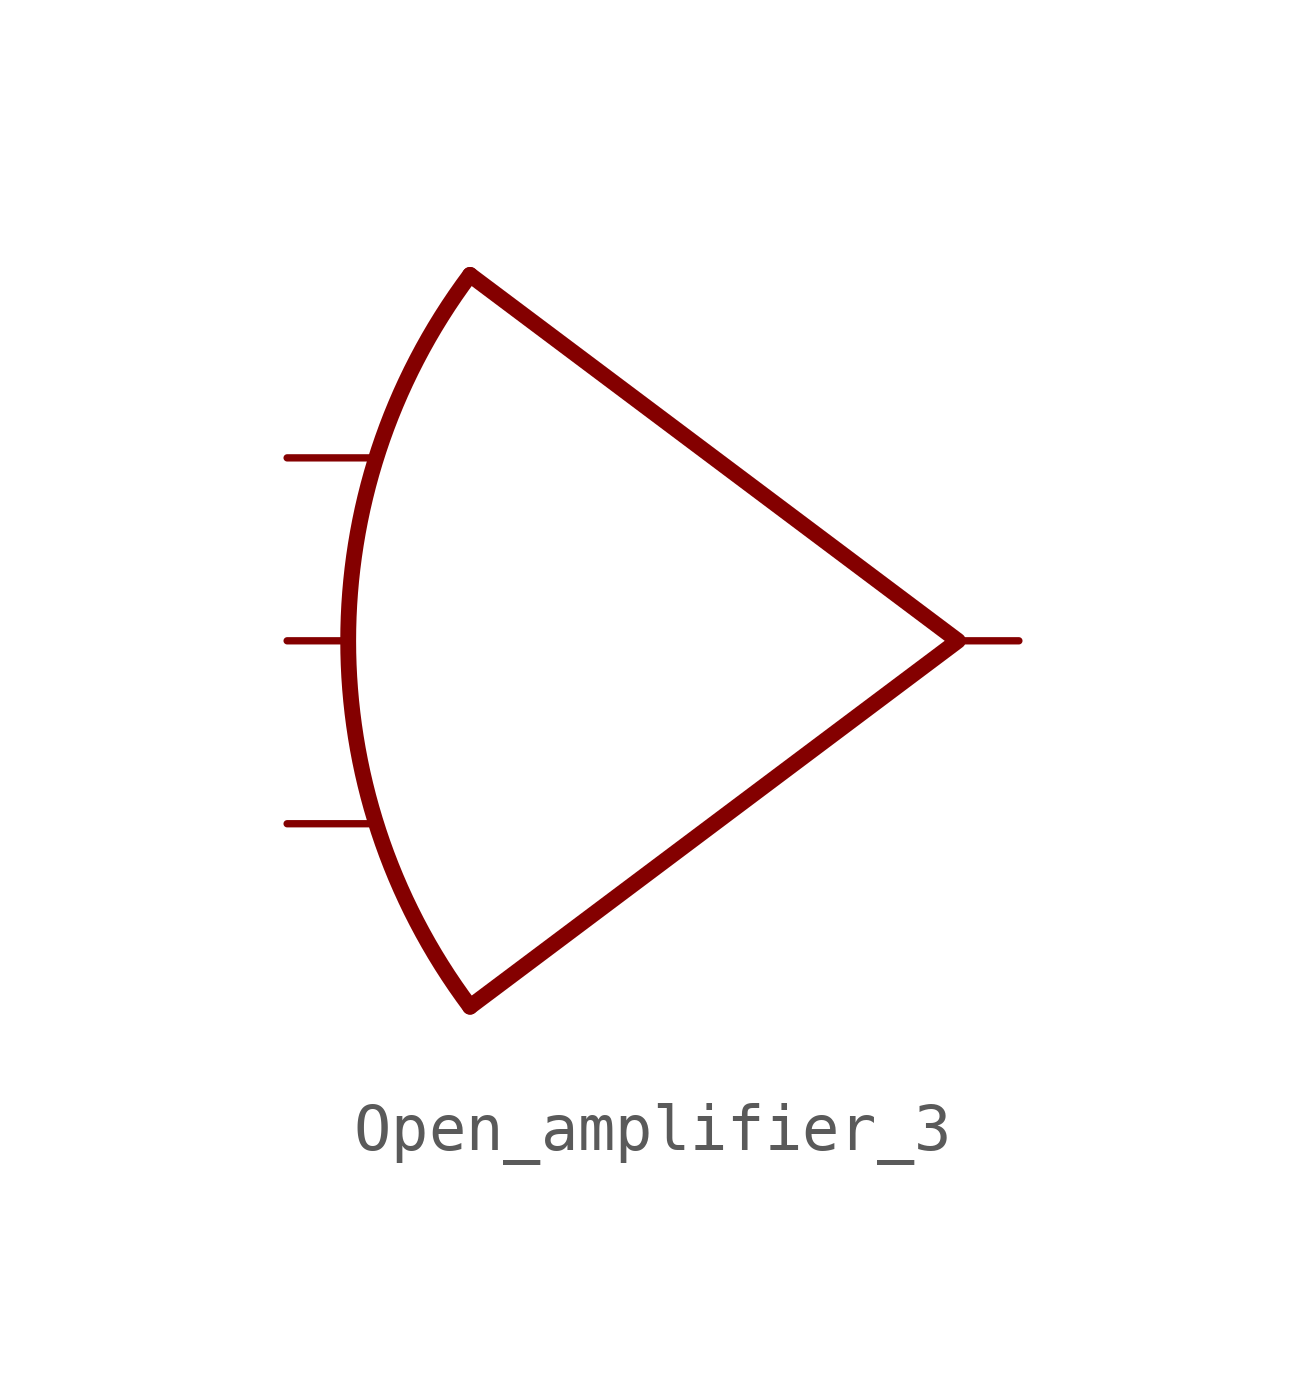
<source format=kicad_sym>
(kicad_symbol_lib
  (version 20211014)
  (generator kicad_symbol_editor)
  (symbol "Open_amplifier_3"
    (property "Reference" "U"
      (at 6.35 10.16 0)
      (effects (font (size 1.27 1.27)) hide))
    (symbol "Open_amplifier_3_0_1"
      (arc (start -5.08 7.62) (mid -7.6182 0) (end -5.08 -7.62) (stroke (width 0.33) (type default) (color 0 0 0 0)) (fill (type none)))
      (polyline (pts (xy -5.08 7.62) (xy 5.08 0) (xy -5.08 -7.62)) (stroke (width 0.33) (type default) (color 0 0 0 0)) (fill (type none))))
    (symbol "Open_amplifier_3_1_1"
      (pin input line (at -8.89 -3.81 0) (length 1.7) (name "" (effects (font (size 1.27 1.27)))) (number "" (effects (font (size 1.27 1.27)))))
      (pin input line (at -8.89 0 0) (length 1.27) (name "" (effects (font (size 1.27 1.27)))) (number "" (effects (font (size 1.27 1.27)))))
      (pin input line (at -8.89 3.81 0) (length 1.7) (name "" (effects (font (size 1.27 1.27)))) (number "" (effects (font (size 1.27 1.27)))))
      (pin output line (at 6.35 0 180) (length 1.27) (name "" (effects (font (size 1.27 1.27)))) (number "" (effects (font (size 1.27 1.27))))))))
</source>
